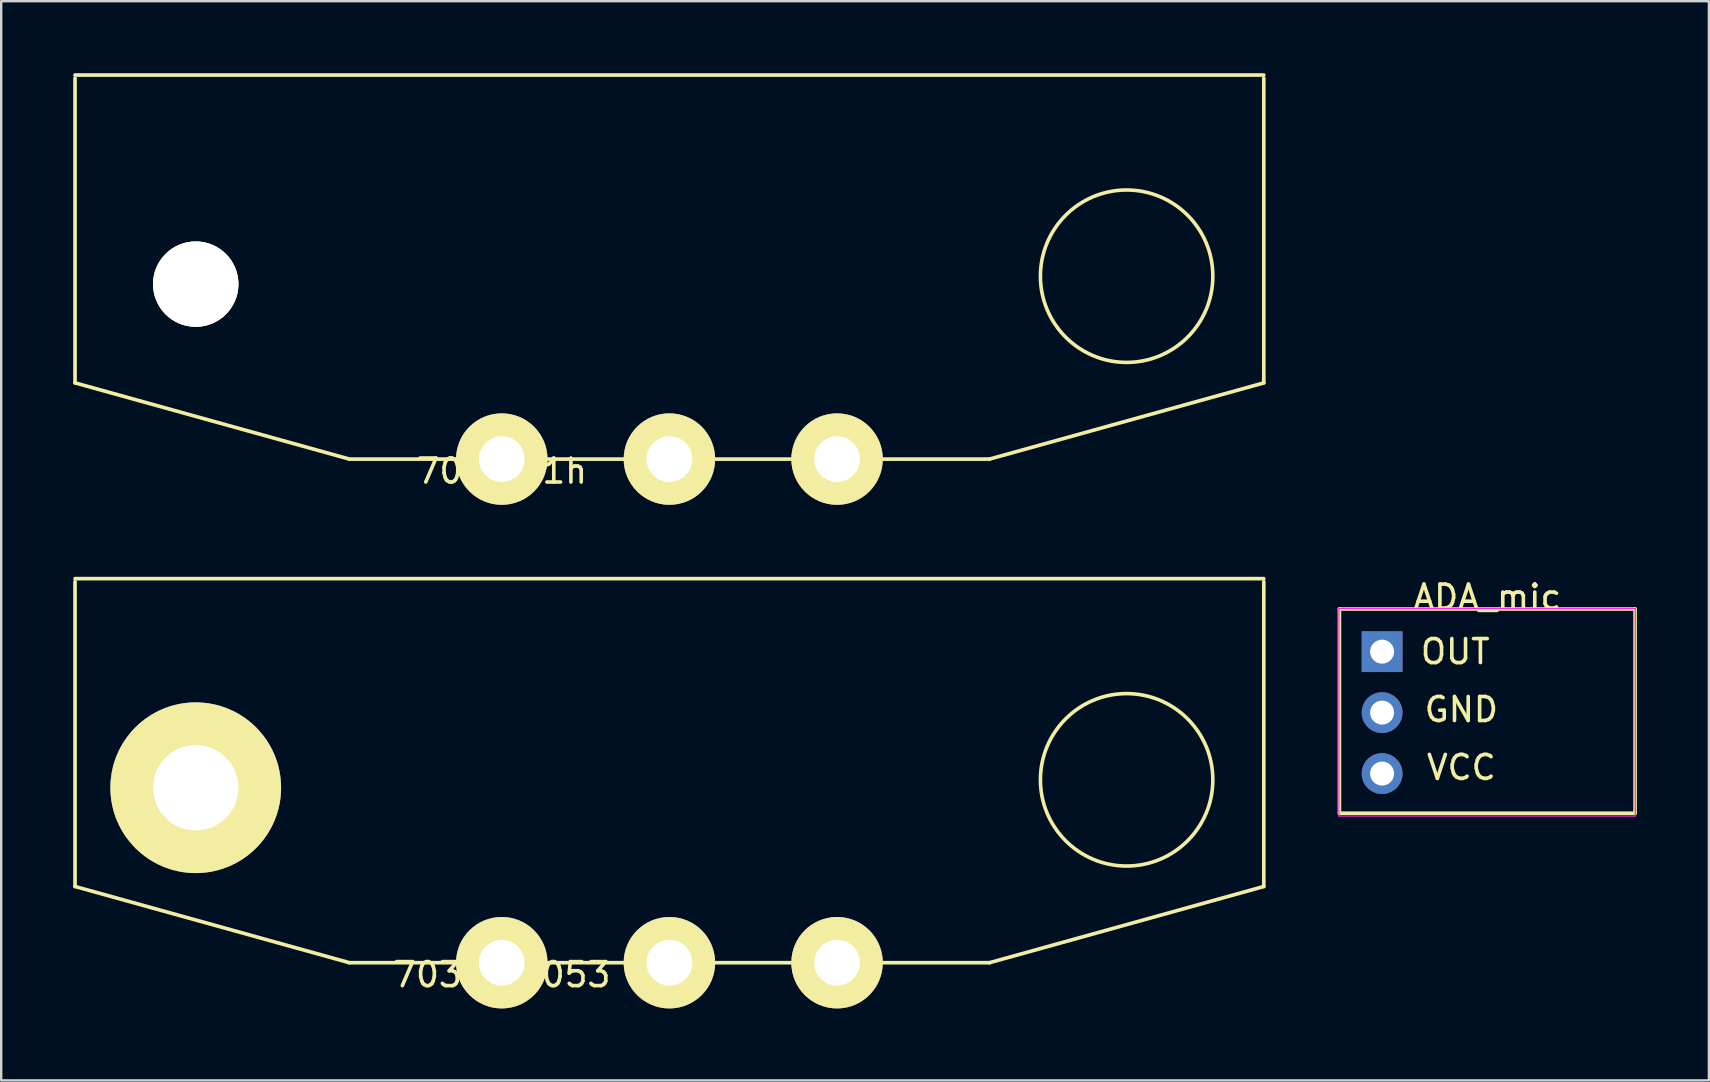
<source format=kicad_pcb>
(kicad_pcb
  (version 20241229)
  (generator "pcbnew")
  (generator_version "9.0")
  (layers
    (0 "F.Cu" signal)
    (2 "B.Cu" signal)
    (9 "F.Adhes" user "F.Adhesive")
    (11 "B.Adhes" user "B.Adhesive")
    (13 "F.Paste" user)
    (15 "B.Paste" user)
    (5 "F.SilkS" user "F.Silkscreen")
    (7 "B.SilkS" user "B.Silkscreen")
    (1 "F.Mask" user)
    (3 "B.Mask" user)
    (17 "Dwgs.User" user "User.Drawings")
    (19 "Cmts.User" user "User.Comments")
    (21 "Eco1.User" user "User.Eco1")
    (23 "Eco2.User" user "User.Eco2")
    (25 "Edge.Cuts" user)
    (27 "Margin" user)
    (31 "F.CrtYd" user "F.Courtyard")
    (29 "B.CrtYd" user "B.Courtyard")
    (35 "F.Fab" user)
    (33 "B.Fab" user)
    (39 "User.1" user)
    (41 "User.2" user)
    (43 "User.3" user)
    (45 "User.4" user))
  (footprint "703W-1h"
    (layer "F.Cu")
    (at 24.841 16.078)
    (property "Reference" "703W-1h" (at -6.985 0.5 0) (layer "F.SilkS") (effects (font (size 1 1) (thickness 0.15))))
    (attr through_hole)
    (fp_line (start -24.765 -16.002) (end 24.765 -16.002) (stroke (width 0.152) (type solid)) (layer "F.SilkS"))
    (fp_line (start -24.765 -3.175) (end -24.765 -15.875) (stroke (width 0.152) (type solid)) (layer "F.SilkS"))
    (fp_line (start -24.765 -3.175) (end -13.335 0) (stroke (width 0.152) (type solid)) (layer "F.SilkS"))
    (fp_line (start -13.335 0) (end 13.335 0) (stroke (width 0.152) (type solid)) (layer "F.SilkS"))
    (fp_line (start 24.765 -3.175) (end 13.335 0) (stroke (width 0.152) (type solid)) (layer "F.SilkS"))
    (fp_line (start 24.765 -3.175) (end 24.765 -15.875) (stroke (width 0.152) (type solid)) (layer "F.SilkS"))
    (fp_circle (center 19.05 -7.62) (end 16.51 -10.16) (stroke (width 0.15) (type solid)) (fill no) (layer "F.SilkS"))
    (pad "1" thru_hole circle (at -6.985 0) (size 3.81 3.81) (drill 1.905) (layers "*.Cu" "*.Mask" "F.SilkS"))
    (pad "2" thru_hole circle (at 0 0) (size 3.81 3.81) (drill 1.905) (layers "*.Cu" "*.Mask" "F.SilkS"))
    (pad "3" thru_hole circle (at 6.985 0) (size 3.81 3.81) (drill 1.905) (layers "*.Cu" "*.Mask" "F.SilkS"))
    (pad "4" thru_hole circle (at -19.736 -7.29) (size 3.557 3.557) (drill 3.556) (layers "*.Cu" "*.Mask" "F.SilkS")))
  (footprint "703W-0053"
    (layer "F.Cu")
    (at 24.841 37.061)
    (property "Reference" "703W-0053" (at -6.985 0.5 0) (layer "F.SilkS") (effects (font (size 1 1) (thickness 0.15))))
    (attr through_hole)
    (fp_line (start -24.765 -16.002) (end 24.765 -16.002) (stroke (width 0.152) (type solid)) (layer "F.SilkS"))
    (fp_line (start -24.765 -3.175) (end -24.765 -15.875) (stroke (width 0.152) (type solid)) (layer "F.SilkS"))
    (fp_line (start -24.765 -3.175) (end -13.335 0) (stroke (width 0.152) (type solid)) (layer "F.SilkS"))
    (fp_line (start -13.335 0) (end 13.335 0) (stroke (width 0.152) (type solid)) (layer "F.SilkS"))
    (fp_line (start 24.765 -3.175) (end 13.335 0) (stroke (width 0.152) (type solid)) (layer "F.SilkS"))
    (fp_line (start 24.765 -3.175) (end 24.765 -15.875) (stroke (width 0.152) (type solid)) (layer "F.SilkS"))
    (fp_circle (center 19.05 -7.62) (end 16.51 -10.16) (stroke (width 0.15) (type solid)) (fill no) (layer "F.SilkS"))
    (pad "1" thru_hole circle (at -6.985 0) (size 3.81 3.81) (drill 1.905) (layers "*.Cu" "*.Mask" "F.SilkS"))
    (pad "2" thru_hole circle (at 0 0) (size 3.81 3.81) (drill 1.905) (layers "*.Cu" "*.Mask" "F.SilkS"))
    (pad "3" thru_hole circle (at 6.985 0) (size 3.81 3.81) (drill 1.905) (layers "*.Cu" "*.Mask" "F.SilkS"))
    (pad "4" thru_hole circle (at -19.736 -7.29) (size 7.112 7.112) (drill 3.556) (layers "*.Cu" "*.Mask" "F.SilkS")))
  (footprint "ADA_mic"
    (layer "F.Cu")
    (at 54.535 24.101)
    (property "Reference" "ADA_mic" (at 4.385 -2.27 0) (layer "F.SilkS") (effects (font (size 1 1) (thickness 0.15))))
    (attr through_hole)
    (fp_line (start -1.778 -1.778) (end -1.778 6.731) (stroke (width 0.15) (type solid)) (layer "F.SilkS"))
    (fp_line (start -1.778 6.731) (end 10.541 6.731) (stroke (width 0.15) (type solid)) (layer "F.SilkS"))
    (fp_line (start 10.541 -1.778) (end -1.778 -1.778) (stroke (width 0.15) (type solid)) (layer "F.SilkS"))
    (fp_line (start 10.541 6.731) (end 10.541 -1.778) (stroke (width 0.15) (type solid)) (layer "F.SilkS"))
    (fp_line (start -1.8 -1.8) (end -1.8 6.85) (stroke (width 0.05) (type solid)) (layer "F.CrtYd"))
    (fp_line (start -1.8 6.85) (end 10.55 6.85) (stroke (width 0.05) (type solid)) (layer "F.CrtYd"))
    (fp_line (start 10.55 -1.8) (end -1.8 -1.8) (stroke (width 0.05) (type solid)) (layer "F.CrtYd"))
    (fp_line (start 10.55 6.85) (end 10.55 -1.8) (stroke (width 0.05) (type solid)) (layer "F.CrtYd"))
    (fp_text user "VCC" (at 3.302 4.826 0) (layer "F.SilkS") (effects (font (size 1 1) (thickness 0.15))))
    (fp_text user "GND" (at 3.302 2.413 0) (layer "F.SilkS") (effects (font (size 1 1) (thickness 0.15))))
    (fp_text user "OUT" (at 3.048 0 0) (layer "F.SilkS") (effects (font (size 1 1) (thickness 0.15))))
    (pad "1" thru_hole rect (at 0 0) (size 1.7 1.7) (drill 1) (layers "*.Cu" "*.Mask"))
    (pad "2" thru_hole oval (at 0 2.54) (size 1.7 1.7) (drill 1) (layers "*.Cu" "*.Mask"))
    (pad "3" thru_hole oval (at 0 5.08) (size 1.7 1.7) (drill 1) (layers "*.Cu" "*.Mask")))
  (gr_rect
    (start -3 -3)
    (end 68.151 41.966)
    (stroke (width 0.1) (type default))
    (fill no)
    (layer "Edge.Cuts")))
</source>
